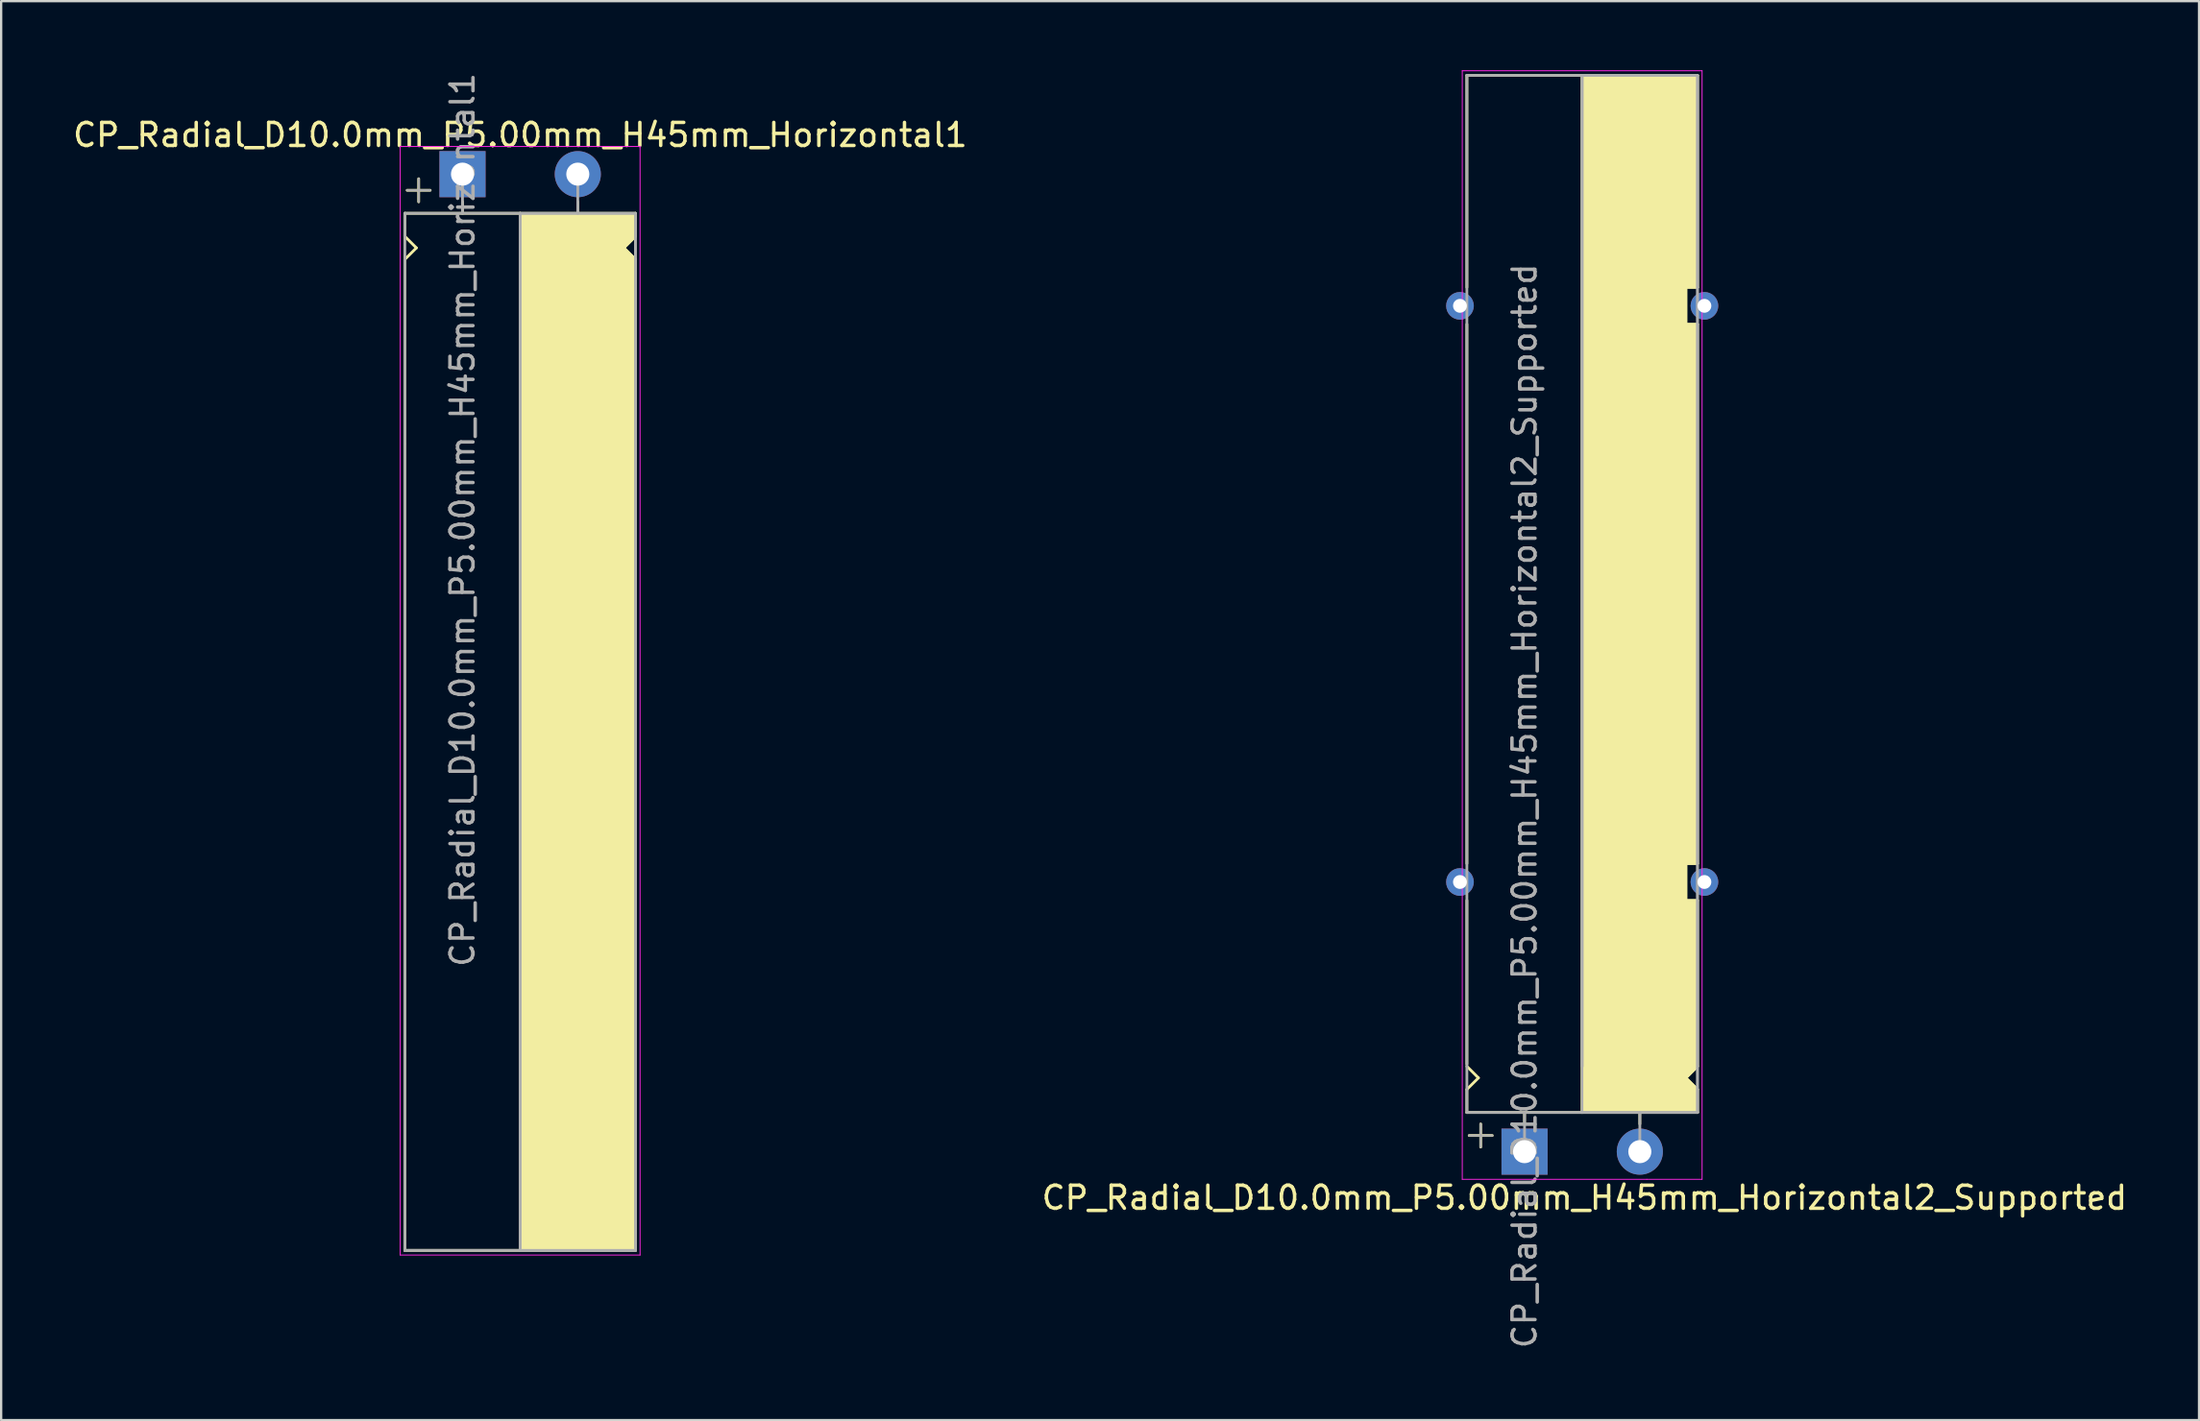
<source format=kicad_pcb>
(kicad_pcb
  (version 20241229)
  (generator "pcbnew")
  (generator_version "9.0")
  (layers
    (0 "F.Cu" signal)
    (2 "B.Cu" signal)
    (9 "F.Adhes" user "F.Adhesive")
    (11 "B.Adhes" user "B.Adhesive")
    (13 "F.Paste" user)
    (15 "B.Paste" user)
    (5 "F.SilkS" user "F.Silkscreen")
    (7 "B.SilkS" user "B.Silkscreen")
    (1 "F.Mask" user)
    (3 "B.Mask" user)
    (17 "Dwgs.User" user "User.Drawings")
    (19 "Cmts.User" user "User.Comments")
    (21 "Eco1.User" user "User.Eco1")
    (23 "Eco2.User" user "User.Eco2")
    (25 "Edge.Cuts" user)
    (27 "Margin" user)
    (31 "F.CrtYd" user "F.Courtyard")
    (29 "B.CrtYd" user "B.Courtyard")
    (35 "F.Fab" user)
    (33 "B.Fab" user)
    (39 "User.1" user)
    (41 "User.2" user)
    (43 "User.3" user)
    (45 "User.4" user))
  (footprint "CP_Radial_D10.0mm_P5.00mm_H45mm_Horizontal1"
    (layer "F.Cu")
    (at 17.006 4.506)
    (property "Reference" "CP_Radial_D10.0mm_P5.00mm_H45mm_Horizontal1" (at 2.5 -1.7 0) (layer "F.SilkS") (effects (font (size 1 1) (thickness 0.15))))
    (attr through_hole)
    (fp_line (start -2.5 1.7) (end -2.5 2.7) (stroke (width 0.12) (type solid)) (layer "F.SilkS"))
    (fp_line (start -2.5 2.7) (end -2 3.2) (stroke (width 0.12) (type solid)) (layer "F.SilkS"))
    (fp_line (start -2.5 3.7) (end -2.5 11.7) (stroke (width 0.12) (type solid)) (layer "F.SilkS"))
    (fp_line (start -2.5 11.7) (end -2.5 46.7) (stroke (width 0.12) (type solid)) (layer "F.SilkS"))
    (fp_line (start -2.5 46.7) (end 7.5 46.7) (stroke (width 0.12) (type solid)) (layer "F.SilkS"))
    (fp_line (start -2 3.2) (end -2.5 3.7) (stroke (width 0.12) (type solid)) (layer "F.SilkS"))
    (fp_line (start -1.9 0.2) (end -1.9 1.2) (stroke (width 0.12) (type solid)) (layer "F.SilkS"))
    (fp_line (start -1.4 0.7) (end -2.4 0.7) (stroke (width 0.12) (type solid)) (layer "F.SilkS"))
    (fp_line (start 0 1.7) (end 0 1.2) (stroke (width 0.12) (type solid)) (layer "F.SilkS"))
    (fp_line (start 2.5 1.7) (end -2.5 1.7) (stroke (width 0.12) (type solid)) (layer "F.SilkS"))
    (fp_line (start 2.5 46.7) (end 2.5 1.7) (stroke (width 0.12) (type solid)) (layer "F.SilkS"))
    (fp_line (start 5 1.7) (end 5 1.2) (stroke (width 0.12) (type solid)) (layer "F.SilkS"))
    (fp_line (start 7 3.2) (end 7.5 3.7) (stroke (width 0.12) (type solid)) (layer "F.SilkS"))
    (fp_line (start 7.5 1.7) (end 2.5 1.7) (stroke (width 0.12) (type solid)) (layer "F.SilkS"))
    (fp_line (start 7.5 1.7) (end 7.5 2.7) (stroke (width 0.12) (type solid)) (layer "F.SilkS"))
    (fp_line (start 7.5 2.7) (end 7 3.2) (stroke (width 0.12) (type solid)) (layer "F.SilkS"))
    (fp_line (start 7.5 3.7) (end 7.5 11.7) (stroke (width 0.12) (type solid)) (layer "F.SilkS"))
    (fp_line (start 7.5 11.7) (end 7.5 46.7) (stroke (width 0.12) (type solid)) (layer "F.SilkS"))
    (fp_poly (pts (xy 7.5 2.7) (xy 7 3.2) (xy 7.5 3.7) (xy 7.5 46.7) (xy 2.5 46.7) (xy 2.5 1.7) (xy 7.5 1.7)) (stroke (width 0.1) (type solid)) (fill yes) (layer "F.SilkS"))
    (fp_line (start -2.7 -1.2) (end 5.3 -1.2) (stroke (width 0.04) (type solid)) (layer "F.CrtYd"))
    (fp_line (start -2.7 46.9) (end -2.7 -1.2) (stroke (width 0.04) (type solid)) (layer "F.CrtYd"))
    (fp_line (start 5.3 -1.2) (end 7.7 -1.2) (stroke (width 0.04) (type solid)) (layer "F.CrtYd"))
    (fp_line (start 7.7 -1.2) (end 7.7 46.9) (stroke (width 0.04) (type solid)) (layer "F.CrtYd"))
    (fp_line (start 7.7 46.9) (end -2.7 46.9) (stroke (width 0.04) (type solid)) (layer "F.CrtYd"))
    (fp_line (start -2.5 1.7) (end -2.5 46.7) (stroke (width 0.12) (type solid)) (layer "F.Fab"))
    (fp_line (start -2.5 46.7) (end 7.5 46.7) (stroke (width 0.12) (type solid)) (layer "F.Fab"))
    (fp_line (start -2.4 0.7) (end -1.4 0.7) (stroke (width 0.1) (type solid)) (layer "F.Fab"))
    (fp_line (start -1.9 1.2) (end -1.9 0.2) (stroke (width 0.1) (type solid)) (layer "F.Fab"))
    (fp_line (start 0 1.7) (end 0 0) (stroke (width 0.12) (type solid)) (layer "F.Fab"))
    (fp_line (start 2.5 1.7) (end 2.5 46.7) (stroke (width 0.12) (type solid)) (layer "F.Fab"))
    (fp_line (start 5 1.7) (end 5 0) (stroke (width 0.12) (type solid)) (layer "F.Fab"))
    (fp_line (start 7.5 1.7) (end -2.5 1.7) (stroke (width 0.12) (type solid)) (layer "F.Fab"))
    (fp_line (start 7.5 46.7) (end 7.5 1.7) (stroke (width 0.12) (type solid)) (layer "F.Fab"))
    (fp_poly (pts (xy 7.5 46.7) (xy 2.5 46.7) (xy 2.5 1.7) (xy 7.5 1.7)) (stroke (width 0.1) (type solid)) (fill no) (layer "F.Fab"))
    (fp_text user "${REFERENCE}" (at 0 15 90) (layer "F.Fab") (effects (font (size 1 1) (thickness 0.15))))
    (pad "1" thru_hole rect (at 0 0) (size 2 2) (drill 1) (layers "*.Cu" "*.Mask"))
    (pad "2" thru_hole circle (at 5 0) (size 2 2) (drill 1) (layers "*.Cu" "*.Mask")))
  (footprint "CP_Radial_D10.0mm_P5.00mm_H45mm_Horizontal2_Supported"
    (layer "F.Cu")
    (at 63.061 46.92)
    (property "Reference" "CP_Radial_D10.0mm_P5.00mm_H45mm_Horizontal2_Supported" (at 2.6 2 0) (layer "F.SilkS") (effects (font (size 1 1) (thickness 0.15))))
    (attr through_hole)
    (fp_line (start -2.5 -46.7) (end 7.5 -46.7) (stroke (width 0.12) (type solid)) (layer "F.SilkS"))
    (fp_line (start -2.5 -37.5) (end -2.5 -46.7) (stroke (width 0.12) (type solid)) (layer "F.SilkS"))
    (fp_line (start -2.5 -12.5) (end -2.5 -35.9) (stroke (width 0.12) (type solid)) (layer "F.SilkS"))
    (fp_line (start -2.5 -3.8) (end -2.5 -10.9) (stroke (width 0.12) (type solid)) (layer "F.SilkS"))
    (fp_line (start -2.5 -2.7) (end -2 -3.2) (stroke (width 0.12) (type solid)) (layer "F.SilkS"))
    (fp_line (start -2.5 -1.7) (end -2.5 -2.7) (stroke (width 0.12) (type solid)) (layer "F.SilkS"))
    (fp_line (start -2 -3.2) (end -2.5 -3.7) (stroke (width 0.12) (type solid)) (layer "F.SilkS"))
    (fp_line (start -1.9 -1.2) (end -1.9 -0.2) (stroke (width 0.12) (type solid)) (layer "F.SilkS"))
    (fp_line (start -1.4 -0.7) (end -2.4 -0.7) (stroke (width 0.12) (type solid)) (layer "F.SilkS"))
    (fp_line (start 0 -1.7) (end 0 -1.2) (stroke (width 0.12) (type solid)) (layer "F.SilkS"))
    (fp_line (start 2.5 -46.7) (end 2.5 -1.7) (stroke (width 0.12) (type solid)) (layer "F.SilkS"))
    (fp_line (start 2.5 -1.7) (end -2.5 -1.7) (stroke (width 0.12) (type solid)) (layer "F.SilkS"))
    (fp_line (start 5 -1.7) (end 5 -1.2) (stroke (width 0.12) (type solid)) (layer "F.SilkS"))
    (fp_line (start 7 -37.5) (end 7.5 -37.5) (stroke (width 0.12) (type solid)) (layer "F.SilkS"))
    (fp_line (start 7 -35.9) (end 7 -37.5) (stroke (width 0.12) (type solid)) (layer "F.SilkS"))
    (fp_line (start 7 -12.5) (end 7.5 -12.5) (stroke (width 0.12) (type solid)) (layer "F.SilkS"))
    (fp_line (start 7 -10.9) (end 7 -12.5) (stroke (width 0.12) (type solid)) (layer "F.SilkS"))
    (fp_line (start 7 -3.2) (end 7.5 -3.7) (stroke (width 0.12) (type solid)) (layer "F.SilkS"))
    (fp_line (start 7.5 -37.5) (end 7.5 -46.7) (stroke (width 0.12) (type solid)) (layer "F.SilkS"))
    (fp_line (start 7.5 -35.9) (end 7 -35.9) (stroke (width 0.12) (type solid)) (layer "F.SilkS"))
    (fp_line (start 7.5 -12.5) (end 7.5 -35.9) (stroke (width 0.12) (type solid)) (layer "F.SilkS"))
    (fp_line (start 7.5 -10.9) (end 7 -10.9) (stroke (width 0.12) (type solid)) (layer "F.SilkS"))
    (fp_line (start 7.5 -3.7) (end 7.5 -10.9) (stroke (width 0.12) (type solid)) (layer "F.SilkS"))
    (fp_line (start 7.5 -2.7) (end 7 -3.2) (stroke (width 0.12) (type solid)) (layer "F.SilkS"))
    (fp_line (start 7.5 -1.7) (end 2.5 -1.7) (stroke (width 0.12) (type solid)) (layer "F.SilkS"))
    (fp_line (start 7.5 -1.7) (end 7.5 -2.7) (stroke (width 0.12) (type solid)) (layer "F.SilkS"))
    (fp_poly (pts (xy 7.5 -2.7) (xy 7 -3.2) (xy 7.5 -3.7) (xy 7.5 -10.9) (xy 7 -10.9) (xy 7 -12.5) (xy 7.5 -12.5) (xy 7.5 -35.9) (xy 7 -35.9) (xy 7 -37.5) (xy 7.5 -37.5) (xy 7.5 -46.7) (xy 2.5 -46.7) (xy 2.5 -1.7) (xy 7.5 -1.7)) (stroke (width 0.1) (type solid)) (fill yes) (layer "F.SilkS"))
    (fp_line (start -2.7 -46.9) (end -2.7 1.2) (stroke (width 0.04) (type solid)) (layer "F.CrtYd"))
    (fp_line (start -2.7 1.2) (end 5.3 1.2) (stroke (width 0.04) (type solid)) (layer "F.CrtYd"))
    (fp_line (start 5.3 1.2) (end 7.7 1.2) (stroke (width 0.04) (type solid)) (layer "F.CrtYd"))
    (fp_line (start 7.7 -46.9) (end -2.7 -46.9) (stroke (width 0.04) (type solid)) (layer "F.CrtYd"))
    (fp_line (start 7.7 1.2) (end 7.7 -46.9) (stroke (width 0.04) (type solid)) (layer "F.CrtYd"))
    (fp_line (start -2.5 -46.7) (end 7.5 -46.7) (stroke (width 0.12) (type solid)) (layer "F.Fab"))
    (fp_line (start -2.5 -1.7) (end -2.5 -46.7) (stroke (width 0.12) (type solid)) (layer "F.Fab"))
    (fp_line (start -2.4 -0.7) (end -1.4 -0.7) (stroke (width 0.1) (type solid)) (layer "F.Fab"))
    (fp_line (start -1.9 -0.2) (end -1.9 -1.2) (stroke (width 0.1) (type solid)) (layer "F.Fab"))
    (fp_line (start 0 -1.7) (end 0 0) (stroke (width 0.12) (type solid)) (layer "F.Fab"))
    (fp_line (start 2.5 -3.7) (end 2.5 -46.7) (stroke (width 0.12) (type solid)) (layer "F.Fab"))
    (fp_line (start 5 -1.7) (end 5 0) (stroke (width 0.12) (type solid)) (layer "F.Fab"))
    (fp_line (start 7.5 -46.7) (end 7.5 -1.7) (stroke (width 0.12) (type solid)) (layer "F.Fab"))
    (fp_line (start 7.5 -1.7) (end -2.5 -1.7) (stroke (width 0.12) (type solid)) (layer "F.Fab"))
    (fp_poly (pts (xy 7.5 -46.7) (xy 2.5 -46.7) (xy 2.5 -1.7) (xy 7.5 -1.7)) (stroke (width 0.1) (type solid)) (fill no) (layer "F.Fab"))
    (fp_text user "${REFERENCE}" (at 0 -15 90) (layer "F.Fab") (effects (font (size 1 1) (thickness 0.15))))
    (pad "" thru_hole circle (at -2.8 -36.7 180) (size 1.2 1.2) (drill 0.6) (layers "*.Cu" "*.Mask"))
    (pad "" thru_hole circle (at -2.8 -11.7) (size 1.2 1.2) (drill 0.6) (layers "*.Cu" "*.Mask"))
    (pad "" thru_hole circle (at 7.8 -36.7 180) (size 1.2 1.2) (drill 0.6) (layers "*.Cu" "*.Mask"))
    (pad "" thru_hole circle (at 7.8 -11.7 180) (size 1.2 1.2) (drill 0.6) (layers "*.Cu" "*.Mask"))
    (pad "1" thru_hole rect (at 0 0) (size 2 2) (drill 1) (layers "*.Cu" "*.Mask"))
    (pad "2" thru_hole circle (at 5 0) (size 2 2) (drill 1) (layers "*.Cu" "*.Mask")))
  (gr_rect
    (start -3 -3)
    (end 92.31 58.569)
    (stroke (width 0.1) (type default))
    (fill no)
    (layer "Edge.Cuts")))
</source>
